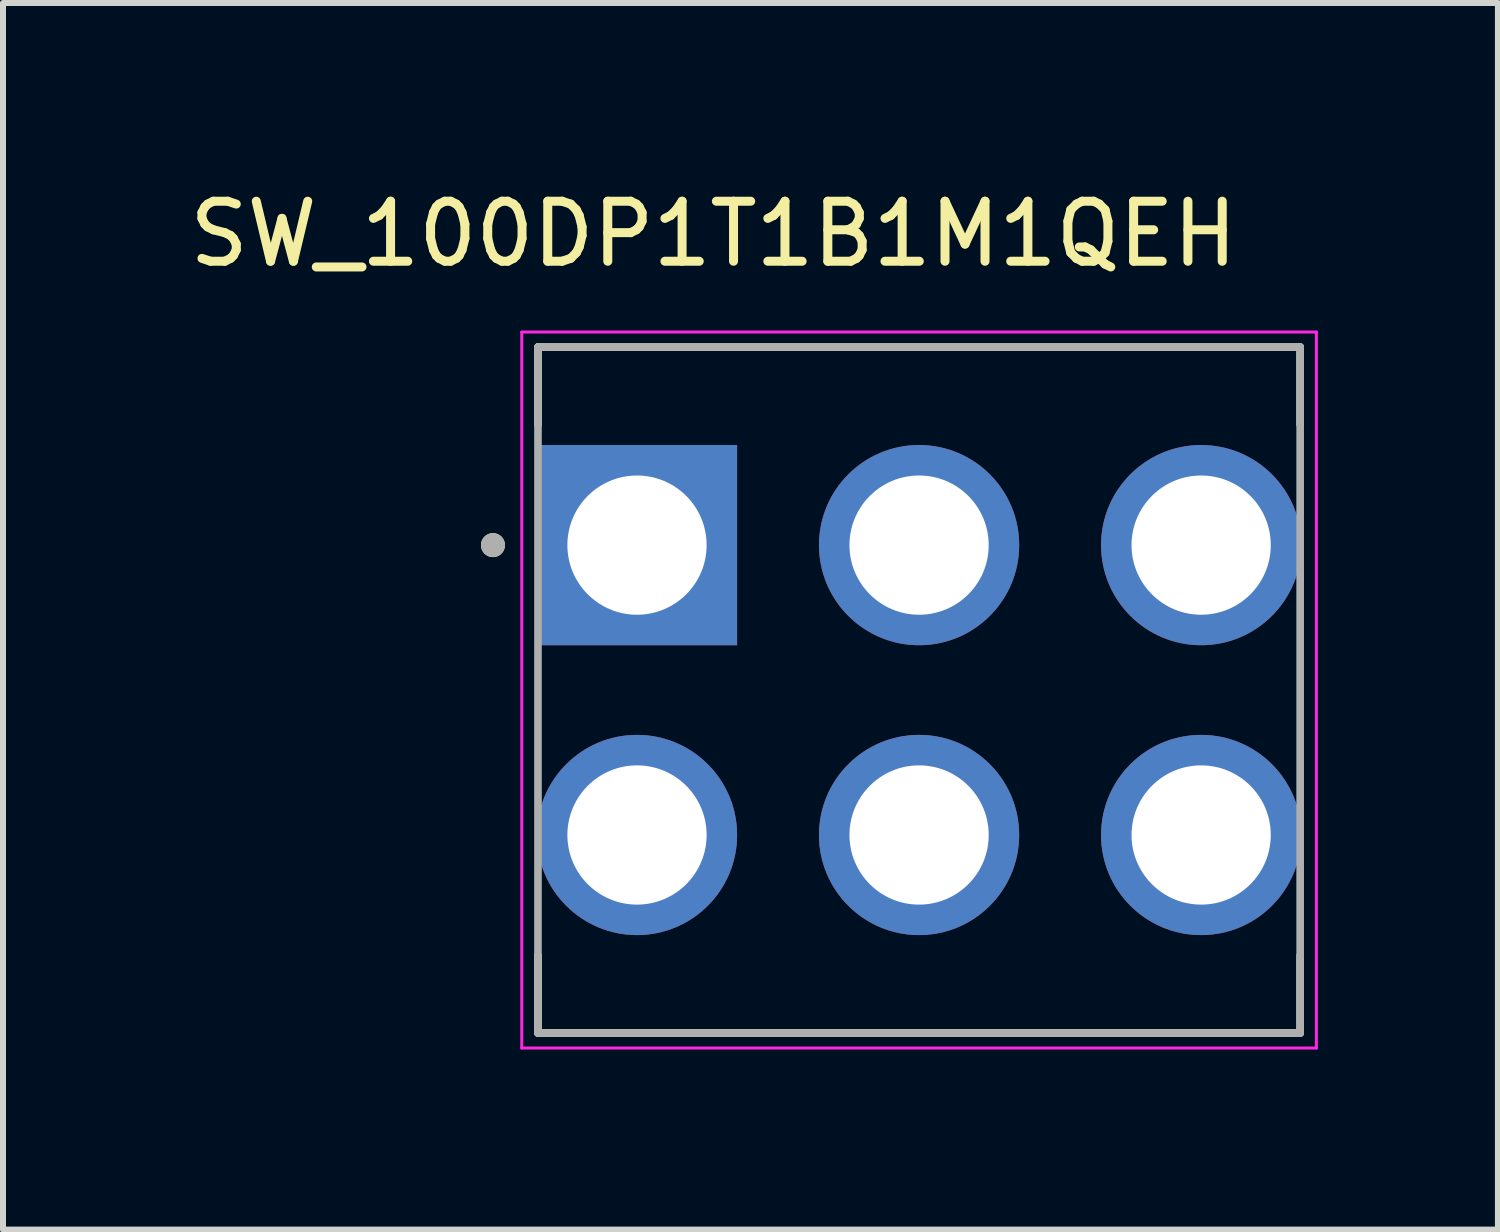
<source format=kicad_pcb>
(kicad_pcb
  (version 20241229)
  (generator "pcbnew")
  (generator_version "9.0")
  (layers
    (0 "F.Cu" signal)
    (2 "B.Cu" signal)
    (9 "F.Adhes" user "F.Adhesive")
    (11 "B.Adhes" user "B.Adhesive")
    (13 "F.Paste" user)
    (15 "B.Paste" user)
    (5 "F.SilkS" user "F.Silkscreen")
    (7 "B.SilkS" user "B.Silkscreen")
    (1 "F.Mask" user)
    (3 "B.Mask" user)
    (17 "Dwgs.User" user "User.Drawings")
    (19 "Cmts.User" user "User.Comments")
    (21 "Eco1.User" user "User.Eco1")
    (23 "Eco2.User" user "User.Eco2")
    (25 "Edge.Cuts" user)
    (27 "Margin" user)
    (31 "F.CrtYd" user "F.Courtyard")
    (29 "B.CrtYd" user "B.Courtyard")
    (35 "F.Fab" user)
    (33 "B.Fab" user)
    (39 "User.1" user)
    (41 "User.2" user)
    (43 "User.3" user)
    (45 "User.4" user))
  (footprint "SW_100DP1T1B1M1QEH"
    (layer "F.Cu")
    (at 12.264 8.448)
    (property "Reference" "SW_100DP1T1B1M1QEH" (at -3.425 -7.6 0) (layer "F.SilkS") (effects (font (size 1 1) (thickness 0.15))))
    (attr through_hole)
    (fp_line (start -6.35 -5.715) (end 6.35 -5.715) (stroke (width 0.127) (type solid)) (layer "F.SilkS"))
    (fp_line (start -6.35 -4.42) (end -6.35 -5.715) (stroke (width 0.127) (type solid)) (layer "F.SilkS"))
    (fp_line (start -6.35 5.715) (end -6.35 4.42) (stroke (width 0.127) (type solid)) (layer "F.SilkS"))
    (fp_line (start 6.35 -5.715) (end 6.35 -4.42) (stroke (width 0.127) (type solid)) (layer "F.SilkS"))
    (fp_line (start 6.35 5.715) (end -6.35 5.715) (stroke (width 0.127) (type solid)) (layer "F.SilkS"))
    (fp_line (start 6.35 5.715) (end 6.35 4.42) (stroke (width 0.127) (type solid)) (layer "F.SilkS"))
    (fp_circle (center -7.1 -2.415) (end -7 -2.415) (stroke (width 0.2) (type solid)) (fill no) (layer "F.SilkS"))
    (fp_line (start -6.62 -5.965) (end -6.62 5.965) (stroke (width 0.05) (type solid)) (layer "F.CrtYd"))
    (fp_line (start -6.62 5.965) (end 6.62 5.965) (stroke (width 0.05) (type solid)) (layer "F.CrtYd"))
    (fp_line (start 6.62 -5.965) (end -6.62 -5.965) (stroke (width 0.05) (type solid)) (layer "F.CrtYd"))
    (fp_line (start 6.62 5.965) (end 6.62 -5.965) (stroke (width 0.05) (type solid)) (layer "F.CrtYd"))
    (fp_line (start -6.35 -5.715) (end 6.35 -5.715) (stroke (width 0.127) (type solid)) (layer "F.Fab"))
    (fp_line (start -6.35 5.715) (end -6.35 -5.715) (stroke (width 0.127) (type solid)) (layer "F.Fab"))
    (fp_line (start 6.35 -5.715) (end 6.35 5.715) (stroke (width 0.127) (type solid)) (layer "F.Fab"))
    (fp_line (start 6.35 5.715) (end -6.35 5.715) (stroke (width 0.127) (type solid)) (layer "F.Fab"))
    (fp_circle (center -7.1 -2.415) (end -7 -2.415) (stroke (width 0.2) (type solid)) (fill no) (layer "F.Fab"))
    (pad "1" thru_hole rect (at -4.7 -2.415) (size 3.336 3.336) (drill 2.32) (layers "*.Cu" "*.Mask"))
    (pad "2" thru_hole circle (at 0 -2.415) (size 3.336 3.336) (drill 2.32) (layers "*.Cu" "*.Mask"))
    (pad "3" thru_hole circle (at 4.7 -2.415) (size 3.336 3.336) (drill 2.32) (layers "*.Cu" "*.Mask"))
    (pad "4" thru_hole circle (at -4.7 2.415) (size 3.336 3.336) (drill 2.32) (layers "*.Cu" "*.Mask"))
    (pad "5" thru_hole circle (at 0 2.415) (size 3.336 3.336) (drill 2.32) (layers "*.Cu" "*.Mask"))
    (pad "6" thru_hole circle (at 4.7 2.415) (size 3.336 3.336) (drill 2.32) (layers "*.Cu" "*.Mask")))
  (gr_rect
    (start -3 -3)
    (end 21.909 17.438)
    (stroke (width 0.1) (type default))
    (fill no)
    (layer "Edge.Cuts")))
</source>
